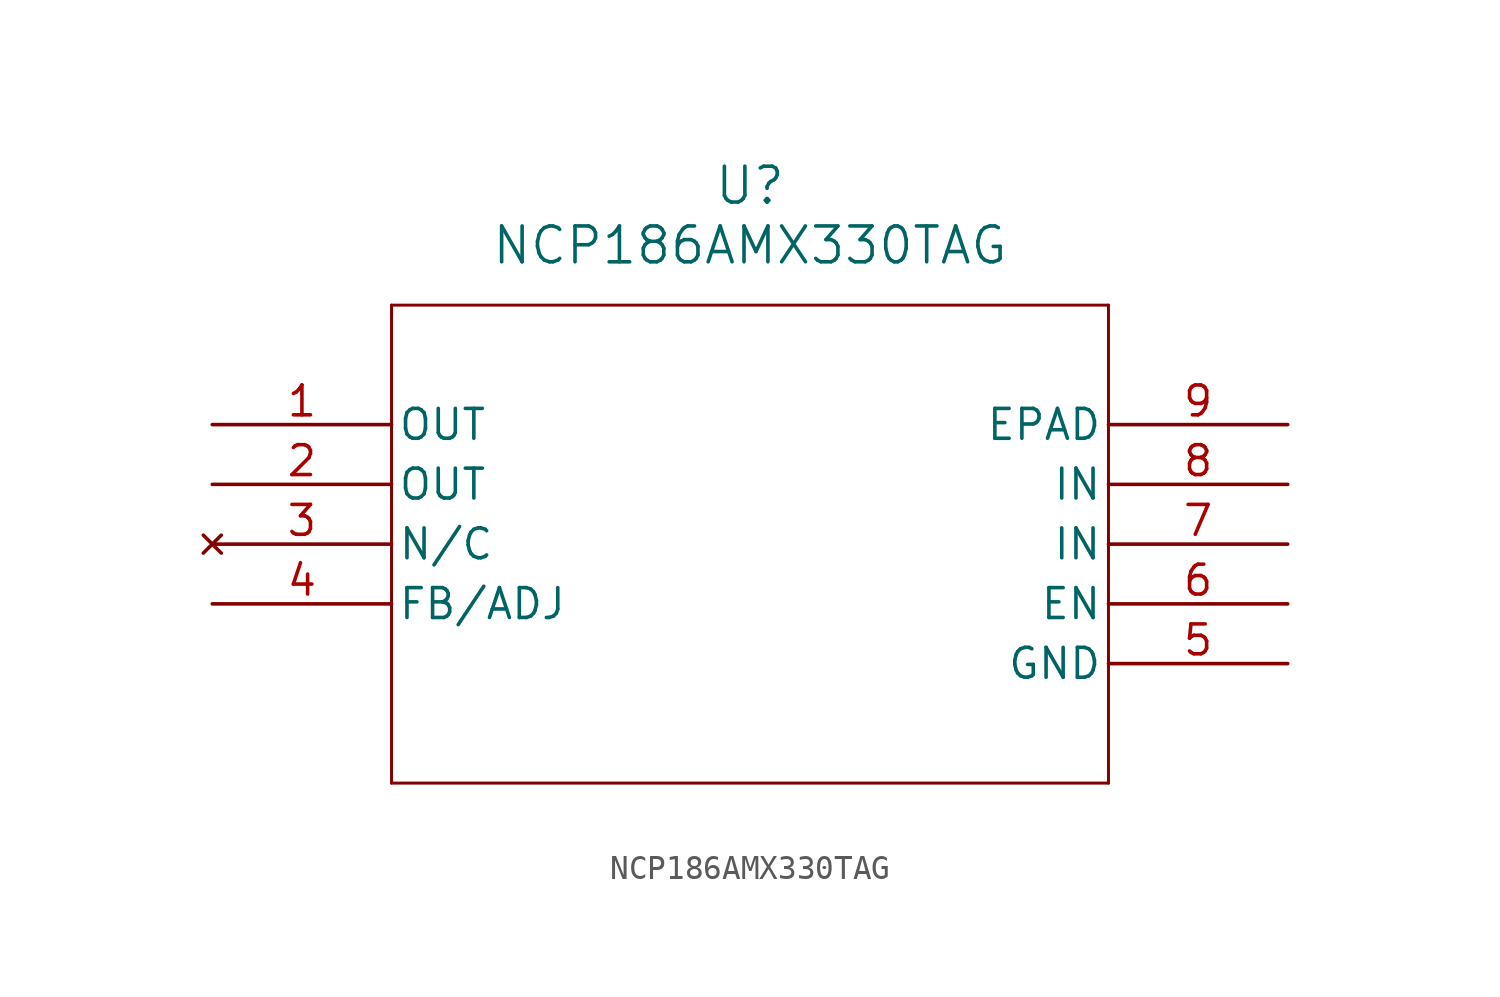
<source format=kicad_sym>
(kicad_symbol_lib
  (version 20211014)
  (generator kicad_symbol_editor)
  (symbol "NCP186AMX330TAG"
    (pin_names
      (offset 0.254))
    (property "Reference" "U"
      (at 22.86 10.16 0)
      (effects (font (size 1.524 1.524))))
    (property "Value" "NCP186AMX330TAG"
      (at 22.86 7.62 0)
      (effects (font (size 1.524 1.524))))
    (symbol "NCP186AMX330TAG_0_1"
      (polyline (pts (xy 7.62 5.08) (xy 7.62 -15.24)) (stroke (width 0.127) (type default) (color 0 0 0 0)) (fill (type none)))
      (polyline (pts (xy 7.62 -15.24) (xy 38.1 -15.24)) (stroke (width 0.127) (type default) (color 0 0 0 0)) (fill (type none)))
      (polyline (pts (xy 38.1 -15.24) (xy 38.1 5.08)) (stroke (width 0.127) (type default) (color 0 0 0 0)) (fill (type none)))
      (polyline (pts (xy 38.1 5.08) (xy 7.62 5.08)) (stroke (width 0.127) (type default) (color 0 0 0 0)) (fill (type none)))
      (pin output line (at 0 0 0) (length 7.62) (name "OUT" (effects (font (size 1.27 1.27)))) (number "1" (effects (font (size 1.27 1.27)))))
      (pin output line (at 0 -2.54 0) (length 7.62) (name "OUT" (effects (font (size 1.27 1.27)))) (number "2" (effects (font (size 1.27 1.27)))))
      (pin no_connect line (at 0 -5.08 0) (length 7.62) (name "N/C" (effects (font (size 1.27 1.27)))) (number "3" (effects (font (size 1.27 1.27)))))
      (pin unspecified line (at 0 -7.62 0) (length 7.62) (name "FB/ADJ" (effects (font (size 1.27 1.27)))) (number "4" (effects (font (size 1.27 1.27)))))
      (pin power_out line (at 45.72 -10.16 180) (length 7.62) (name "GND" (effects (font (size 1.27 1.27)))) (number "5" (effects (font (size 1.27 1.27)))))
      (pin unspecified line (at 45.72 -7.62 180) (length 7.62) (name "EN" (effects (font (size 1.27 1.27)))) (number "6" (effects (font (size 1.27 1.27)))))
      (pin input line (at 45.72 -5.08 180) (length 7.62) (name "IN" (effects (font (size 1.27 1.27)))) (number "7" (effects (font (size 1.27 1.27)))))
      (pin input line (at 45.72 -2.54 180) (length 7.62) (name "IN" (effects (font (size 1.27 1.27)))) (number "8" (effects (font (size 1.27 1.27)))))
      (pin unspecified line (at 45.72 0 180) (length 7.62) (name "EPAD" (effects (font (size 1.27 1.27)))) (number "9" (effects (font (size 1.27 1.27))))))))
</source>
